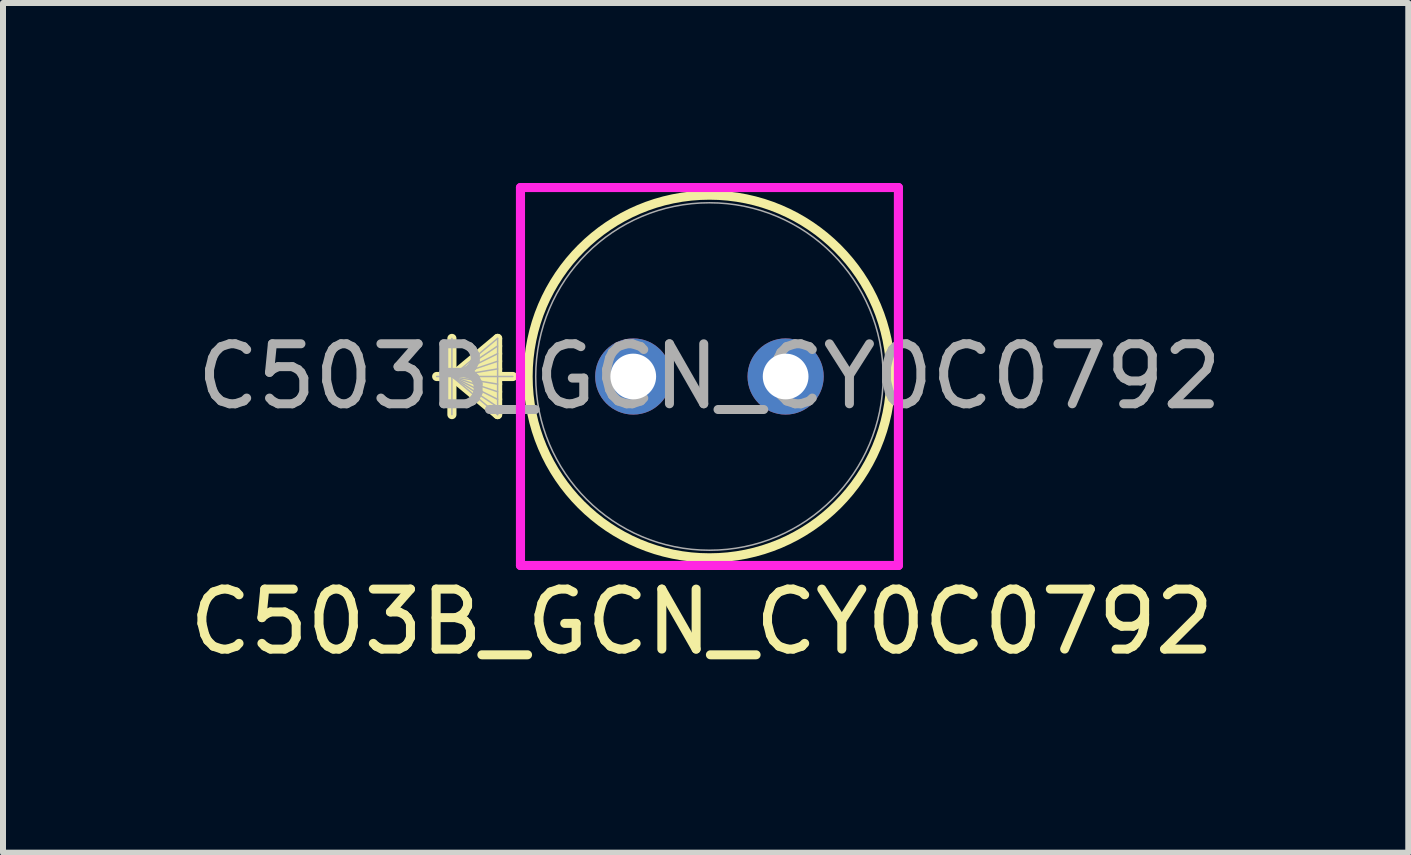
<source format=kicad_pcb>
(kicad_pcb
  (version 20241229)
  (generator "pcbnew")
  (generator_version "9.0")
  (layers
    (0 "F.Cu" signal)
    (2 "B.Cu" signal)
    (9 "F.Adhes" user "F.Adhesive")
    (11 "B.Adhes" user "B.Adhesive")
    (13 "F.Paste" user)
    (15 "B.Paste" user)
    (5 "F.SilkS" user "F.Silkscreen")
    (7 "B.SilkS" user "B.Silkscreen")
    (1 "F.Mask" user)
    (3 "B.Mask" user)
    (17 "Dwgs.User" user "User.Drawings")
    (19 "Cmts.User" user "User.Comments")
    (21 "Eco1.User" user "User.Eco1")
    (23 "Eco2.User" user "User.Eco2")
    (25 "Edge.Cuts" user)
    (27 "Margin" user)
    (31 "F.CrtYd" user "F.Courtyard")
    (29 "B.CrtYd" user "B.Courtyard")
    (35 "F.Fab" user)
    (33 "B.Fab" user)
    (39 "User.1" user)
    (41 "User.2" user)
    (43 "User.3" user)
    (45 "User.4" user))
  (footprint "C503B_GCN_CY0C0792"
    (layer "F.Cu")
    (at 7.506 3.226)
    (property "Reference" "C503B_GCN_CY0C0792" (at 1.143 4.089 0) (layer "F.SilkS") (effects (font (size 1 1) (thickness 0.15))))
    (attr through_hole)
    (fp_line (start -3.023 -0.635) (end -3.023 0.635) (stroke (width 0.152) (type solid)) (layer "F.SilkS"))
    (fp_line (start -3.023 0) (end -2.261 -0.635) (stroke (width 0.152) (type solid)) (layer "F.SilkS"))
    (fp_line (start -3.023 0) (end -2.261 -0.508) (stroke (width 0.152) (type solid)) (layer "F.SilkS"))
    (fp_line (start -3.023 0) (end -2.261 -0.381) (stroke (width 0.152) (type solid)) (layer "F.SilkS"))
    (fp_line (start -3.023 0) (end -2.261 -0.254) (stroke (width 0.152) (type solid)) (layer "F.SilkS"))
    (fp_line (start -3.023 0) (end -2.261 -0.127) (stroke (width 0.152) (type solid)) (layer "F.SilkS"))
    (fp_line (start -3.023 0) (end -2.261 0.127) (stroke (width 0.152) (type solid)) (layer "F.SilkS"))
    (fp_line (start -3.023 0) (end -2.261 0.254) (stroke (width 0.152) (type solid)) (layer "F.SilkS"))
    (fp_line (start -3.023 0) (end -2.261 0.381) (stroke (width 0.152) (type solid)) (layer "F.SilkS"))
    (fp_line (start -3.023 0) (end -2.261 0.508) (stroke (width 0.152) (type solid)) (layer "F.SilkS"))
    (fp_line (start -3.023 0) (end -2.261 0.635) (stroke (width 0.152) (type solid)) (layer "F.SilkS"))
    (fp_line (start -2.261 -0.635) (end -2.261 0.635) (stroke (width 0.152) (type solid)) (layer "F.SilkS"))
    (fp_line (start -2.007 0) (end -3.277 0) (stroke (width 0.152) (type solid)) (layer "F.SilkS"))
    (fp_circle (center 1.27 0) (end 4.293 0) (stroke (width 0.152) (type solid)) (fill no) (layer "F.SilkS"))
    (fp_line (start -1.88 -3.15) (end 4.42 -3.15) (stroke (width 0.152) (type solid)) (layer "F.CrtYd"))
    (fp_line (start -1.88 3.15) (end -1.88 -3.15) (stroke (width 0.152) (type solid)) (layer "F.CrtYd"))
    (fp_line (start 4.42 -3.15) (end 4.42 3.15) (stroke (width 0.152) (type solid)) (layer "F.CrtYd"))
    (fp_line (start 4.42 3.15) (end -1.88 3.15) (stroke (width 0.152) (type solid)) (layer "F.CrtYd"))
    (fp_line (start -3.023 -0.635) (end -3.023 0.635) (stroke (width 0.025) (type solid)) (layer "F.Fab"))
    (fp_line (start -3.023 0) (end -2.261 -0.635) (stroke (width 0.025) (type solid)) (layer "F.Fab"))
    (fp_line (start -3.023 0) (end -2.261 -0.508) (stroke (width 0.025) (type solid)) (layer "F.Fab"))
    (fp_line (start -3.023 0) (end -2.261 -0.381) (stroke (width 0.025) (type solid)) (layer "F.Fab"))
    (fp_line (start -3.023 0) (end -2.261 -0.254) (stroke (width 0.025) (type solid)) (layer "F.Fab"))
    (fp_line (start -3.023 0) (end -2.261 -0.127) (stroke (width 0.025) (type solid)) (layer "F.Fab"))
    (fp_line (start -3.023 0) (end -2.261 0.127) (stroke (width 0.025) (type solid)) (layer "F.Fab"))
    (fp_line (start -3.023 0) (end -2.261 0.254) (stroke (width 0.025) (type solid)) (layer "F.Fab"))
    (fp_line (start -3.023 0) (end -2.261 0.381) (stroke (width 0.025) (type solid)) (layer "F.Fab"))
    (fp_line (start -3.023 0) (end -2.261 0.508) (stroke (width 0.025) (type solid)) (layer "F.Fab"))
    (fp_line (start -3.023 0) (end -2.261 0.635) (stroke (width 0.025) (type solid)) (layer "F.Fab"))
    (fp_line (start -2.261 -0.635) (end -2.261 0.635) (stroke (width 0.025) (type solid)) (layer "F.Fab"))
    (fp_line (start -2.007 0) (end -3.277 0) (stroke (width 0.025) (type solid)) (layer "F.Fab"))
    (fp_circle (center 1.27 0) (end 4.166 0) (stroke (width 0.025) (type solid)) (fill no) (layer "F.Fab"))
    (fp_text user "${REFERENCE}" (at 1.27 0 0) (layer "F.Fab") (effects (font (size 1 1) (thickness 0.15))))
    (pad "1" thru_hole circle (at 0 0) (size 1.27 1.27) (drill 0.762) (layers "*.Cu" "*.Mask"))
    (pad "2" thru_hole circle (at 2.54 0) (size 1.27 1.27) (drill 0.762) (layers "*.Cu" "*.Mask")))
  (gr_rect
    (start -3 -3)
    (end 20.425 11.163)
    (stroke (width 0.1) (type default))
    (fill no)
    (layer "Edge.Cuts")))
</source>
